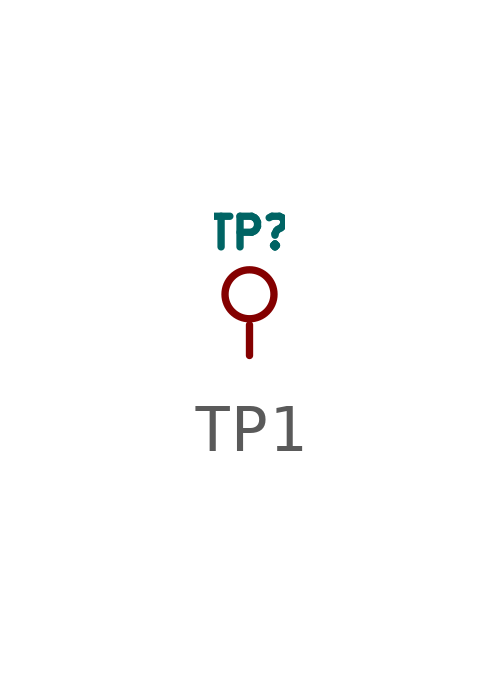
<source format=kicad_sym>
(kicad_symbol_lib
  (version 20211014)
  (generator kicad_symbol_editor)
  (symbol "TP1"
    (pin_numbers hide)
    (pin_names
      (offset 1.016) hide)
    (property "Reference" "TP"
      (at 0 2.54 0)
      (effects (font (size 0.635 0.635))))
    (symbol "TP1_0_0"
      (pin passive line (at 0 0 90) (length 0.635) (name "1" (effects (font (size 0.762 0.762)))) (number "1" (effects (font (size 0.762 0.762))))))
    (symbol "TP1_0_1"
      (circle (center 0 1.27) (radius 0.508) (stroke (width 0) (type default) (color 0 0 0 0)) (fill (type none))))))
</source>
